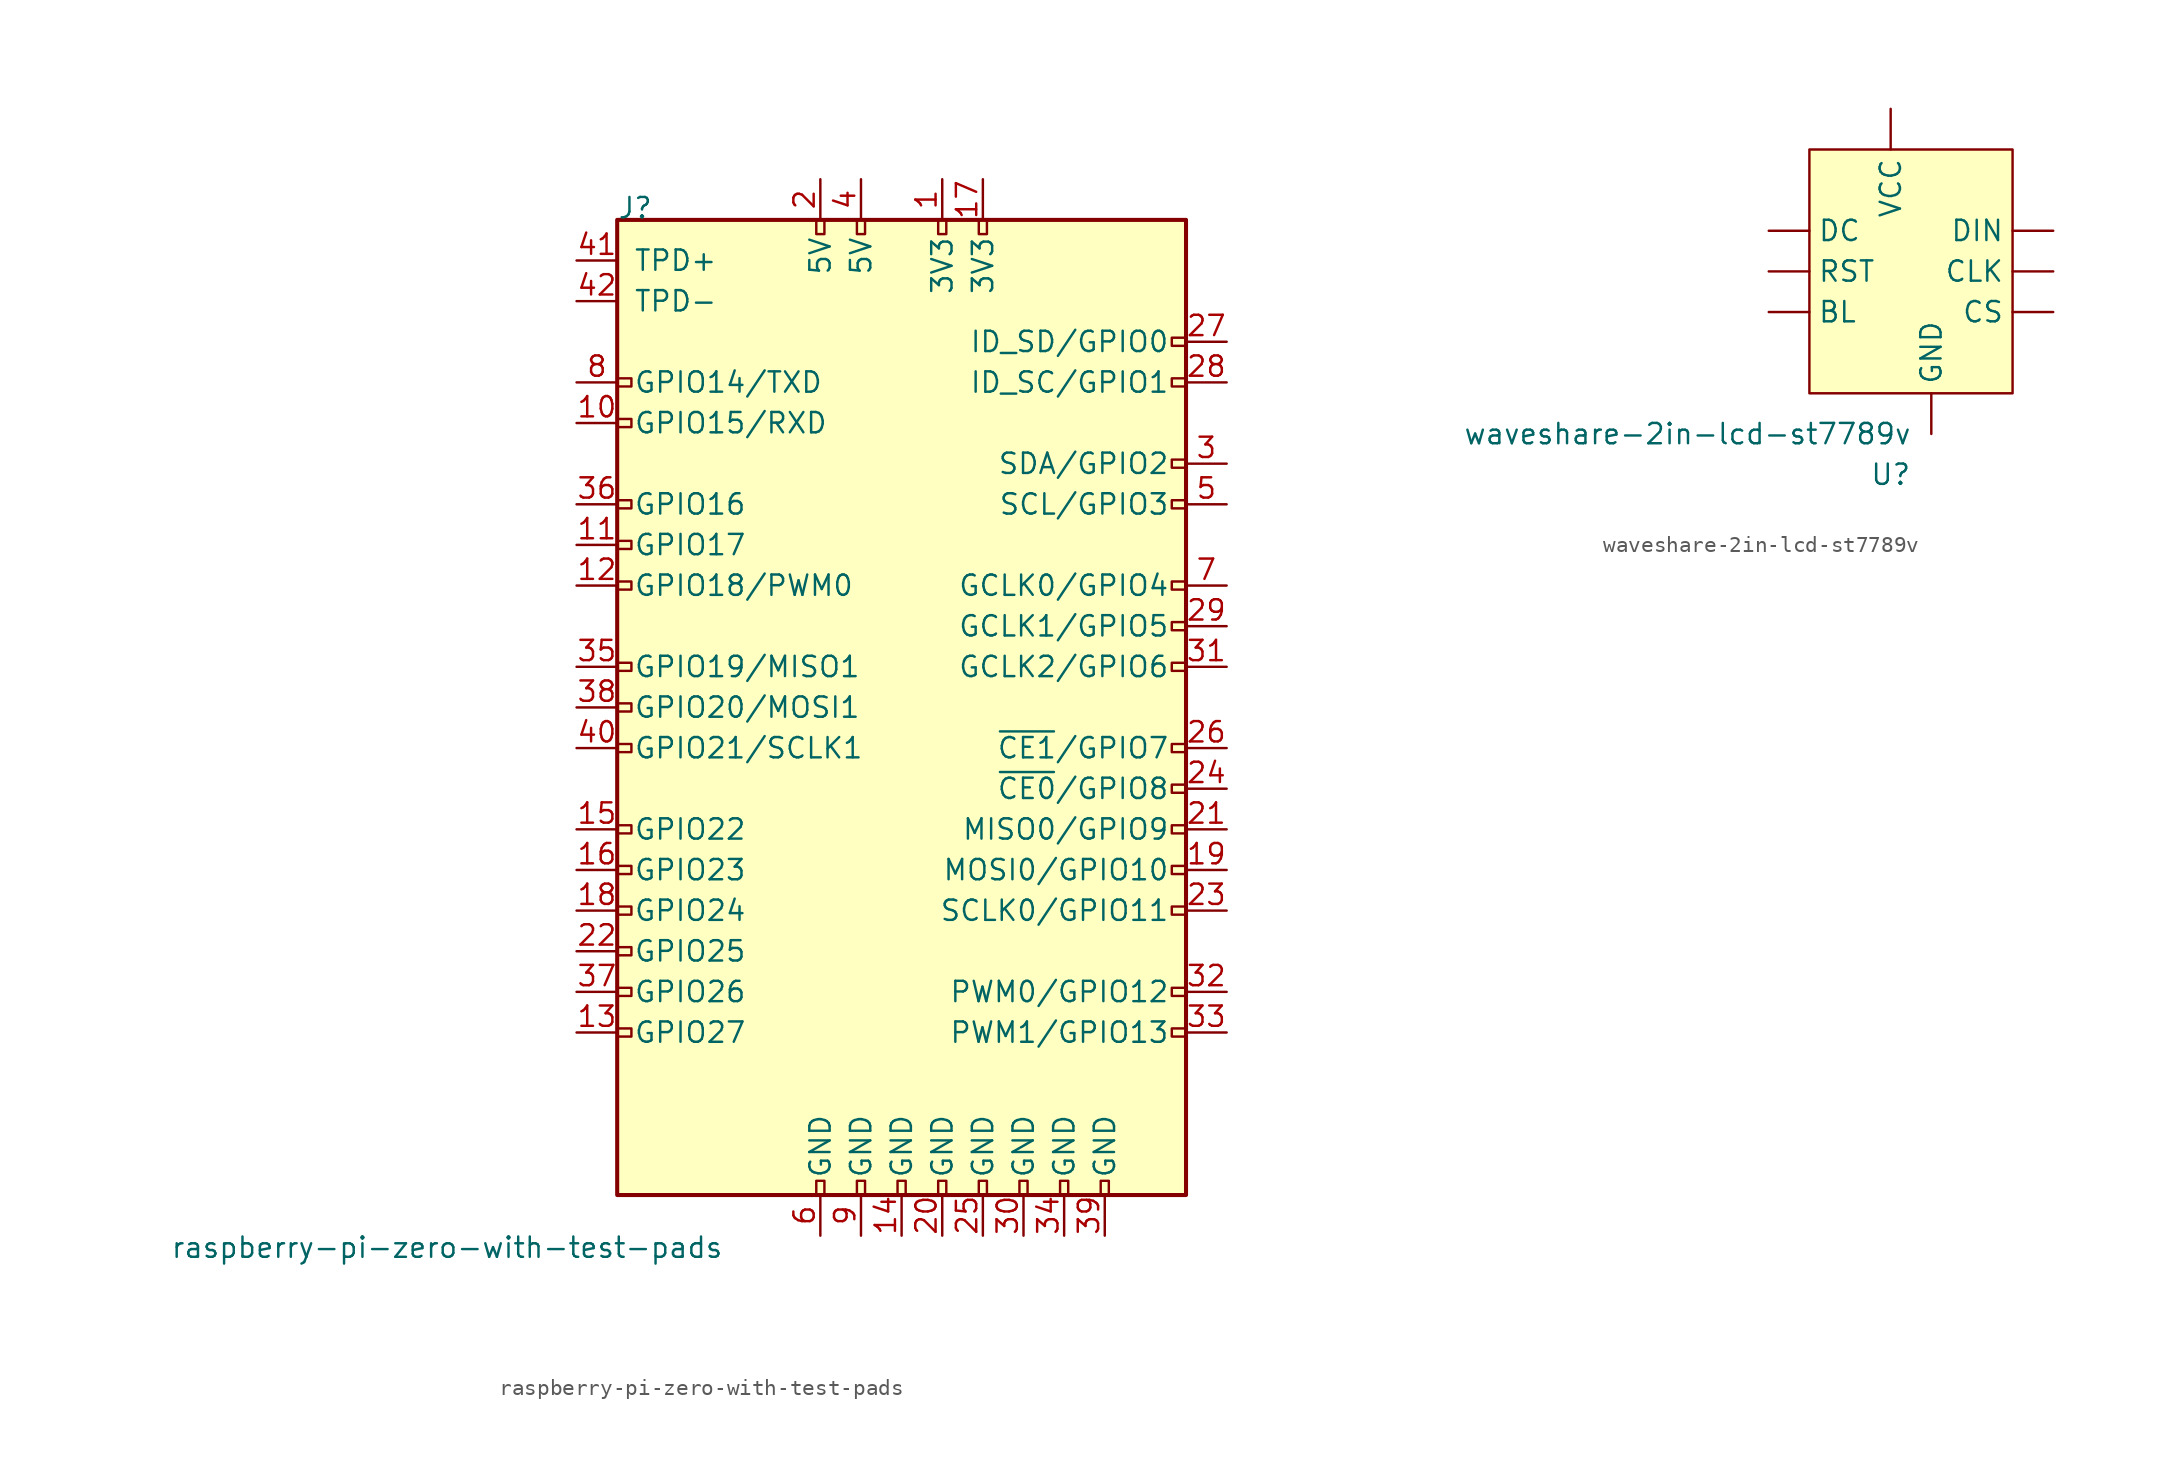
<source format=kicad_sym>
(kicad_symbol_lib
  (version 20220914)
  (generator kicad_symbol_editor)
  (symbol "raspberry-pi-zero-with-test-pads"
    (pin_names
      (offset 1.016))
    (property "Reference" "J"
      (at 2.54 -2.54 0)
      (effects (font (size 1.27 1.27)) (justify left bottom)))
    (property "Value" "raspberry-pi-zero-with-test-pads"
      (at -25.4 -66.04 0)
      (effects (font (size 1.27 1.27)) (justify left top)))
    (symbol "raspberry-pi-zero-with-test-pads_0_1"
      (rectangle (start 2.54 -2.54) (end 38.1 -63.5) (stroke (width 0.254) (type default)) (fill (type background))))
    (symbol "raspberry-pi-zero-with-test-pads_1_1"
      (rectangle (start 3.429 -53.086) (end 2.54 -53.594) (stroke (width 0) (type default)) (fill (type none)))
      (rectangle (start 3.429 -50.546) (end 2.54 -51.054) (stroke (width 0) (type default)) (fill (type none)))
      (rectangle (start 3.429 -48.006) (end 2.54 -48.514) (stroke (width 0) (type default)) (fill (type none)))
      (rectangle (start 3.429 -45.466) (end 2.54 -45.974) (stroke (width 0) (type default)) (fill (type none)))
      (rectangle (start 3.429 -42.926) (end 2.54 -43.434) (stroke (width 0) (type default)) (fill (type none)))
      (rectangle (start 3.429 -40.386) (end 2.54 -40.894) (stroke (width 0) (type default)) (fill (type none)))
      (rectangle (start 3.429 -35.306) (end 2.54 -35.814) (stroke (width 0) (type default)) (fill (type none)))
      (rectangle (start 3.429 -32.766) (end 2.54 -33.274) (stroke (width 0) (type default)) (fill (type none)))
      (rectangle (start 3.429 -30.226) (end 2.54 -30.734) (stroke (width 0) (type default)) (fill (type none)))
      (rectangle (start 3.429 -25.146) (end 2.54 -25.654) (stroke (width 0) (type default)) (fill (type none)))
      (rectangle (start 3.429 -22.606) (end 2.54 -23.114) (stroke (width 0) (type default)) (fill (type none)))
      (rectangle (start 3.429 -20.066) (end 2.54 -20.574) (stroke (width 0) (type default)) (fill (type none)))
      (rectangle (start 3.429 -14.986) (end 2.54 -15.494) (stroke (width 0) (type default)) (fill (type none)))
      (rectangle (start 3.429 -12.446) (end 2.54 -12.954) (stroke (width 0) (type default)) (fill (type none)))
      (rectangle (start 14.986 -62.611) (end 15.494 -63.5) (stroke (width 0) (type default)) (fill (type none)))
      (rectangle (start 14.986 -2.54) (end 15.494 -3.429) (stroke (width 0) (type default)) (fill (type none)))
      (rectangle (start 17.526 -62.611) (end 18.034 -63.5) (stroke (width 0) (type default)) (fill (type none)))
      (rectangle (start 17.526 -2.54) (end 18.034 -3.429) (stroke (width 0) (type default)) (fill (type none)))
      (rectangle (start 20.066 -62.611) (end 20.574 -63.5) (stroke (width 0) (type default)) (fill (type none)))
      (rectangle (start 22.606 -62.611) (end 23.114 -63.5) (stroke (width 0) (type default)) (fill (type none)))
      (rectangle (start 22.606 -2.54) (end 23.114 -3.429) (stroke (width 0) (type default)) (fill (type none)))
      (rectangle (start 25.146 -62.611) (end 25.654 -63.5) (stroke (width 0) (type default)) (fill (type none)))
      (rectangle (start 25.146 -2.54) (end 25.654 -3.429) (stroke (width 0) (type default)) (fill (type none)))
      (rectangle (start 27.686 -62.611) (end 28.194 -63.5) (stroke (width 0) (type default)) (fill (type none)))
      (rectangle (start 30.226 -62.611) (end 30.734 -63.5) (stroke (width 0) (type default)) (fill (type none)))
      (rectangle (start 32.766 -62.611) (end 33.274 -63.5) (stroke (width 0) (type default)) (fill (type none)))
      (rectangle (start 38.1 -53.086) (end 37.211 -53.594) (stroke (width 0) (type default)) (fill (type none)))
      (rectangle (start 38.1 -50.546) (end 37.211 -51.054) (stroke (width 0) (type default)) (fill (type none)))
      (rectangle (start 38.1 -45.466) (end 37.211 -45.974) (stroke (width 0) (type default)) (fill (type none)))
      (rectangle (start 38.1 -42.926) (end 37.211 -43.434) (stroke (width 0) (type default)) (fill (type none)))
      (rectangle (start 38.1 -40.386) (end 37.211 -40.894) (stroke (width 0) (type default)) (fill (type none)))
      (rectangle (start 38.1 -37.846) (end 37.211 -38.354) (stroke (width 0) (type default)) (fill (type none)))
      (rectangle (start 38.1 -35.306) (end 37.211 -35.814) (stroke (width 0) (type default)) (fill (type none)))
      (rectangle (start 38.1 -30.226) (end 37.211 -30.734) (stroke (width 0) (type default)) (fill (type none)))
      (rectangle (start 38.1 -27.686) (end 37.211 -28.194) (stroke (width 0) (type default)) (fill (type none)))
      (rectangle (start 38.1 -25.146) (end 37.211 -25.654) (stroke (width 0) (type default)) (fill (type none)))
      (rectangle (start 38.1 -20.066) (end 37.211 -20.574) (stroke (width 0) (type default)) (fill (type none)))
      (rectangle (start 38.1 -17.526) (end 37.211 -18.034) (stroke (width 0) (type default)) (fill (type none)))
      (rectangle (start 38.1 -12.446) (end 37.211 -12.954) (stroke (width 0) (type default)) (fill (type none)))
      (rectangle (start 38.1 -9.906) (end 37.211 -10.414) (stroke (width 0) (type default)) (fill (type none)))
      (pin power_in line (at 22.86 0 270) (length 2.54) (name "3V3" (effects (font (size 1.27 1.27)))) (number "1" (effects (font (size 1.27 1.27)))))
      (pin bidirectional line (at 0 -15.24 0) (length 2.54) (name "GPIO15/RXD" (effects (font (size 1.27 1.27)))) (number "10" (effects (font (size 1.27 1.27)))))
      (pin bidirectional line (at 0 -22.86 0) (length 2.54) (name "GPIO17" (effects (font (size 1.27 1.27)))) (number "11" (effects (font (size 1.27 1.27)))))
      (pin bidirectional line (at 0 -25.4 0) (length 2.54) (name "GPIO18/PWM0" (effects (font (size 1.27 1.27)))) (number "12" (effects (font (size 1.27 1.27)))))
      (pin bidirectional line (at 0 -53.34 0) (length 2.54) (name "GPIO27" (effects (font (size 1.27 1.27)))) (number "13" (effects (font (size 1.27 1.27)))))
      (pin power_in line (at 20.32 -66.04 90) (length 2.54) (name "GND" (effects (font (size 1.27 1.27)))) (number "14" (effects (font (size 1.27 1.27)))))
      (pin bidirectional line (at 0 -40.64 0) (length 2.54) (name "GPIO22" (effects (font (size 1.27 1.27)))) (number "15" (effects (font (size 1.27 1.27)))))
      (pin bidirectional line (at 0 -43.18 0) (length 2.54) (name "GPIO23" (effects (font (size 1.27 1.27)))) (number "16" (effects (font (size 1.27 1.27)))))
      (pin power_in line (at 25.4 0 270) (length 2.54) (name "3V3" (effects (font (size 1.27 1.27)))) (number "17" (effects (font (size 1.27 1.27)))))
      (pin bidirectional line (at 0 -45.72 0) (length 2.54) (name "GPIO24" (effects (font (size 1.27 1.27)))) (number "18" (effects (font (size 1.27 1.27)))))
      (pin bidirectional line (at 40.64 -43.18 180) (length 2.54) (name "MOSI0/GPIO10" (effects (font (size 1.27 1.27)))) (number "19" (effects (font (size 1.27 1.27)))))
      (pin power_in line (at 15.24 0 270) (length 2.54) (name "5V" (effects (font (size 1.27 1.27)))) (number "2" (effects (font (size 1.27 1.27)))))
      (pin power_in line (at 22.86 -66.04 90) (length 2.54) (name "GND" (effects (font (size 1.27 1.27)))) (number "20" (effects (font (size 1.27 1.27)))))
      (pin bidirectional line (at 40.64 -40.64 180) (length 2.54) (name "MISO0/GPIO9" (effects (font (size 1.27 1.27)))) (number "21" (effects (font (size 1.27 1.27)))))
      (pin bidirectional line (at 0 -48.26 0) (length 2.54) (name "GPIO25" (effects (font (size 1.27 1.27)))) (number "22" (effects (font (size 1.27 1.27)))))
      (pin bidirectional line (at 40.64 -45.72 180) (length 2.54) (name "SCLK0/GPIO11" (effects (font (size 1.27 1.27)))) (number "23" (effects (font (size 1.27 1.27)))))
      (pin bidirectional line (at 40.64 -38.1 180) (length 2.54) (name "~{CE0}/GPIO8" (effects (font (size 1.27 1.27)))) (number "24" (effects (font (size 1.27 1.27)))))
      (pin power_in line (at 25.4 -66.04 90) (length 2.54) (name "GND" (effects (font (size 1.27 1.27)))) (number "25" (effects (font (size 1.27 1.27)))))
      (pin bidirectional line (at 40.64 -35.56 180) (length 2.54) (name "~{CE1}/GPIO7" (effects (font (size 1.27 1.27)))) (number "26" (effects (font (size 1.27 1.27)))))
      (pin bidirectional line (at 40.64 -10.16 180) (length 2.54) (name "ID_SD/GPIO0" (effects (font (size 1.27 1.27)))) (number "27" (effects (font (size 1.27 1.27)))))
      (pin bidirectional line (at 40.64 -12.7 180) (length 2.54) (name "ID_SC/GPIO1" (effects (font (size 1.27 1.27)))) (number "28" (effects (font (size 1.27 1.27)))))
      (pin bidirectional line (at 40.64 -27.94 180) (length 2.54) (name "GCLK1/GPIO5" (effects (font (size 1.27 1.27)))) (number "29" (effects (font (size 1.27 1.27)))))
      (pin bidirectional line (at 40.64 -17.78 180) (length 2.54) (name "SDA/GPIO2" (effects (font (size 1.27 1.27)))) (number "3" (effects (font (size 1.27 1.27)))))
      (pin power_in line (at 27.94 -66.04 90) (length 2.54) (name "GND" (effects (font (size 1.27 1.27)))) (number "30" (effects (font (size 1.27 1.27)))))
      (pin bidirectional line (at 40.64 -30.48 180) (length 2.54) (name "GCLK2/GPIO6" (effects (font (size 1.27 1.27)))) (number "31" (effects (font (size 1.27 1.27)))))
      (pin bidirectional line (at 40.64 -50.8 180) (length 2.54) (name "PWM0/GPIO12" (effects (font (size 1.27 1.27)))) (number "32" (effects (font (size 1.27 1.27)))))
      (pin bidirectional line (at 40.64 -53.34 180) (length 2.54) (name "PWM1/GPIO13" (effects (font (size 1.27 1.27)))) (number "33" (effects (font (size 1.27 1.27)))))
      (pin power_in line (at 30.48 -66.04 90) (length 2.54) (name "GND" (effects (font (size 1.27 1.27)))) (number "34" (effects (font (size 1.27 1.27)))))
      (pin bidirectional line (at 0 -30.48 0) (length 2.54) (name "GPIO19/MISO1" (effects (font (size 1.27 1.27)))) (number "35" (effects (font (size 1.27 1.27)))))
      (pin bidirectional line (at 0 -20.32 0) (length 2.54) (name "GPIO16" (effects (font (size 1.27 1.27)))) (number "36" (effects (font (size 1.27 1.27)))))
      (pin bidirectional line (at 0 -50.8 0) (length 2.54) (name "GPIO26" (effects (font (size 1.27 1.27)))) (number "37" (effects (font (size 1.27 1.27)))))
      (pin bidirectional line (at 0 -33.02 0) (length 2.54) (name "GPIO20/MOSI1" (effects (font (size 1.27 1.27)))) (number "38" (effects (font (size 1.27 1.27)))))
      (pin power_in line (at 33.02 -66.04 90) (length 2.54) (name "GND" (effects (font (size 1.27 1.27)))) (number "39" (effects (font (size 1.27 1.27)))))
      (pin power_in line (at 17.78 0 270) (length 2.54) (name "5V" (effects (font (size 1.27 1.27)))) (number "4" (effects (font (size 1.27 1.27)))))
      (pin bidirectional line (at 0 -35.56 0) (length 2.54) (name "GPIO21/SCLK1" (effects (font (size 1.27 1.27)))) (number "40" (effects (font (size 1.27 1.27)))))
      (pin bidirectional line (at 0 -5.08 0) (length 2.54) (name "TPD+" (effects (font (size 1.27 1.27)))) (number "41" (effects (font (size 1.27 1.27)))))
      (pin bidirectional line (at 0 -7.62 0) (length 2.54) (name "TPD-" (effects (font (size 1.27 1.27)))) (number "42" (effects (font (size 1.27 1.27)))))
      (pin bidirectional line (at 40.64 -20.32 180) (length 2.54) (name "SCL/GPIO3" (effects (font (size 1.27 1.27)))) (number "5" (effects (font (size 1.27 1.27)))))
      (pin power_in line (at 15.24 -66.04 90) (length 2.54) (name "GND" (effects (font (size 1.27 1.27)))) (number "6" (effects (font (size 1.27 1.27)))))
      (pin bidirectional line (at 40.64 -25.4 180) (length 2.54) (name "GCLK0/GPIO4" (effects (font (size 1.27 1.27)))) (number "7" (effects (font (size 1.27 1.27)))))
      (pin bidirectional line (at 0 -12.7 0) (length 2.54) (name "GPIO14/TXD" (effects (font (size 1.27 1.27)))) (number "8" (effects (font (size 1.27 1.27)))))
      (pin power_in line (at 17.78 -66.04 90) (length 2.54) (name "GND" (effects (font (size 1.27 1.27)))) (number "9" (effects (font (size 1.27 1.27)))))))
  (symbol "waveshare-2in-lcd-st7789v"
    (property "Reference" "U"
      (at 7.62 -22.86 0)
      (effects (font (size 1.27 1.27))))
    (property "Value" "waveshare-2in-lcd-st7789v"
      (at -5.08 -20.32 0)
      (effects (font (size 1.27 1.27))))
    (symbol "waveshare-2in-lcd-st7789v_1_1"
      (rectangle (start 2.54 -2.54) (end 15.24 -17.78) (stroke (width 0) (type default)) (fill (type background)))
      (pin input line (at 0 -12.7 0) (length 2.54) (name "BL" (effects (font (size 1.27 1.27)))) (number "" (effects (font (size 1.27 1.27)))))
      (pin input line (at 17.78 -10.16 180) (length 2.54) (name "CLK" (effects (font (size 1.27 1.27)))) (number "" (effects (font (size 1.27 1.27)))))
      (pin input line (at 17.78 -12.7 180) (length 2.54) (name "CS" (effects (font (size 1.27 1.27)))) (number "" (effects (font (size 1.27 1.27)))))
      (pin input line (at 0 -7.62 0) (length 2.54) (name "DC" (effects (font (size 1.27 1.27)))) (number "" (effects (font (size 1.27 1.27)))))
      (pin input line (at 17.78 -7.62 180) (length 2.54) (name "DIN" (effects (font (size 1.27 1.27)))) (number "" (effects (font (size 1.27 1.27)))))
      (pin power_in line (at 10.16 -20.32 90) (length 2.54) (name "GND" (effects (font (size 1.27 1.27)))) (number "" (effects (font (size 1.27 1.27)))))
      (pin input line (at 0 -10.16 0) (length 2.54) (name "RST" (effects (font (size 1.27 1.27)))) (number "" (effects (font (size 1.27 1.27)))))
      (pin power_in line (at 7.62 0 270) (length 2.54) (name "VCC" (effects (font (size 1.27 1.27)))) (number "" (effects (font (size 1.27 1.27))))))))
</source>
